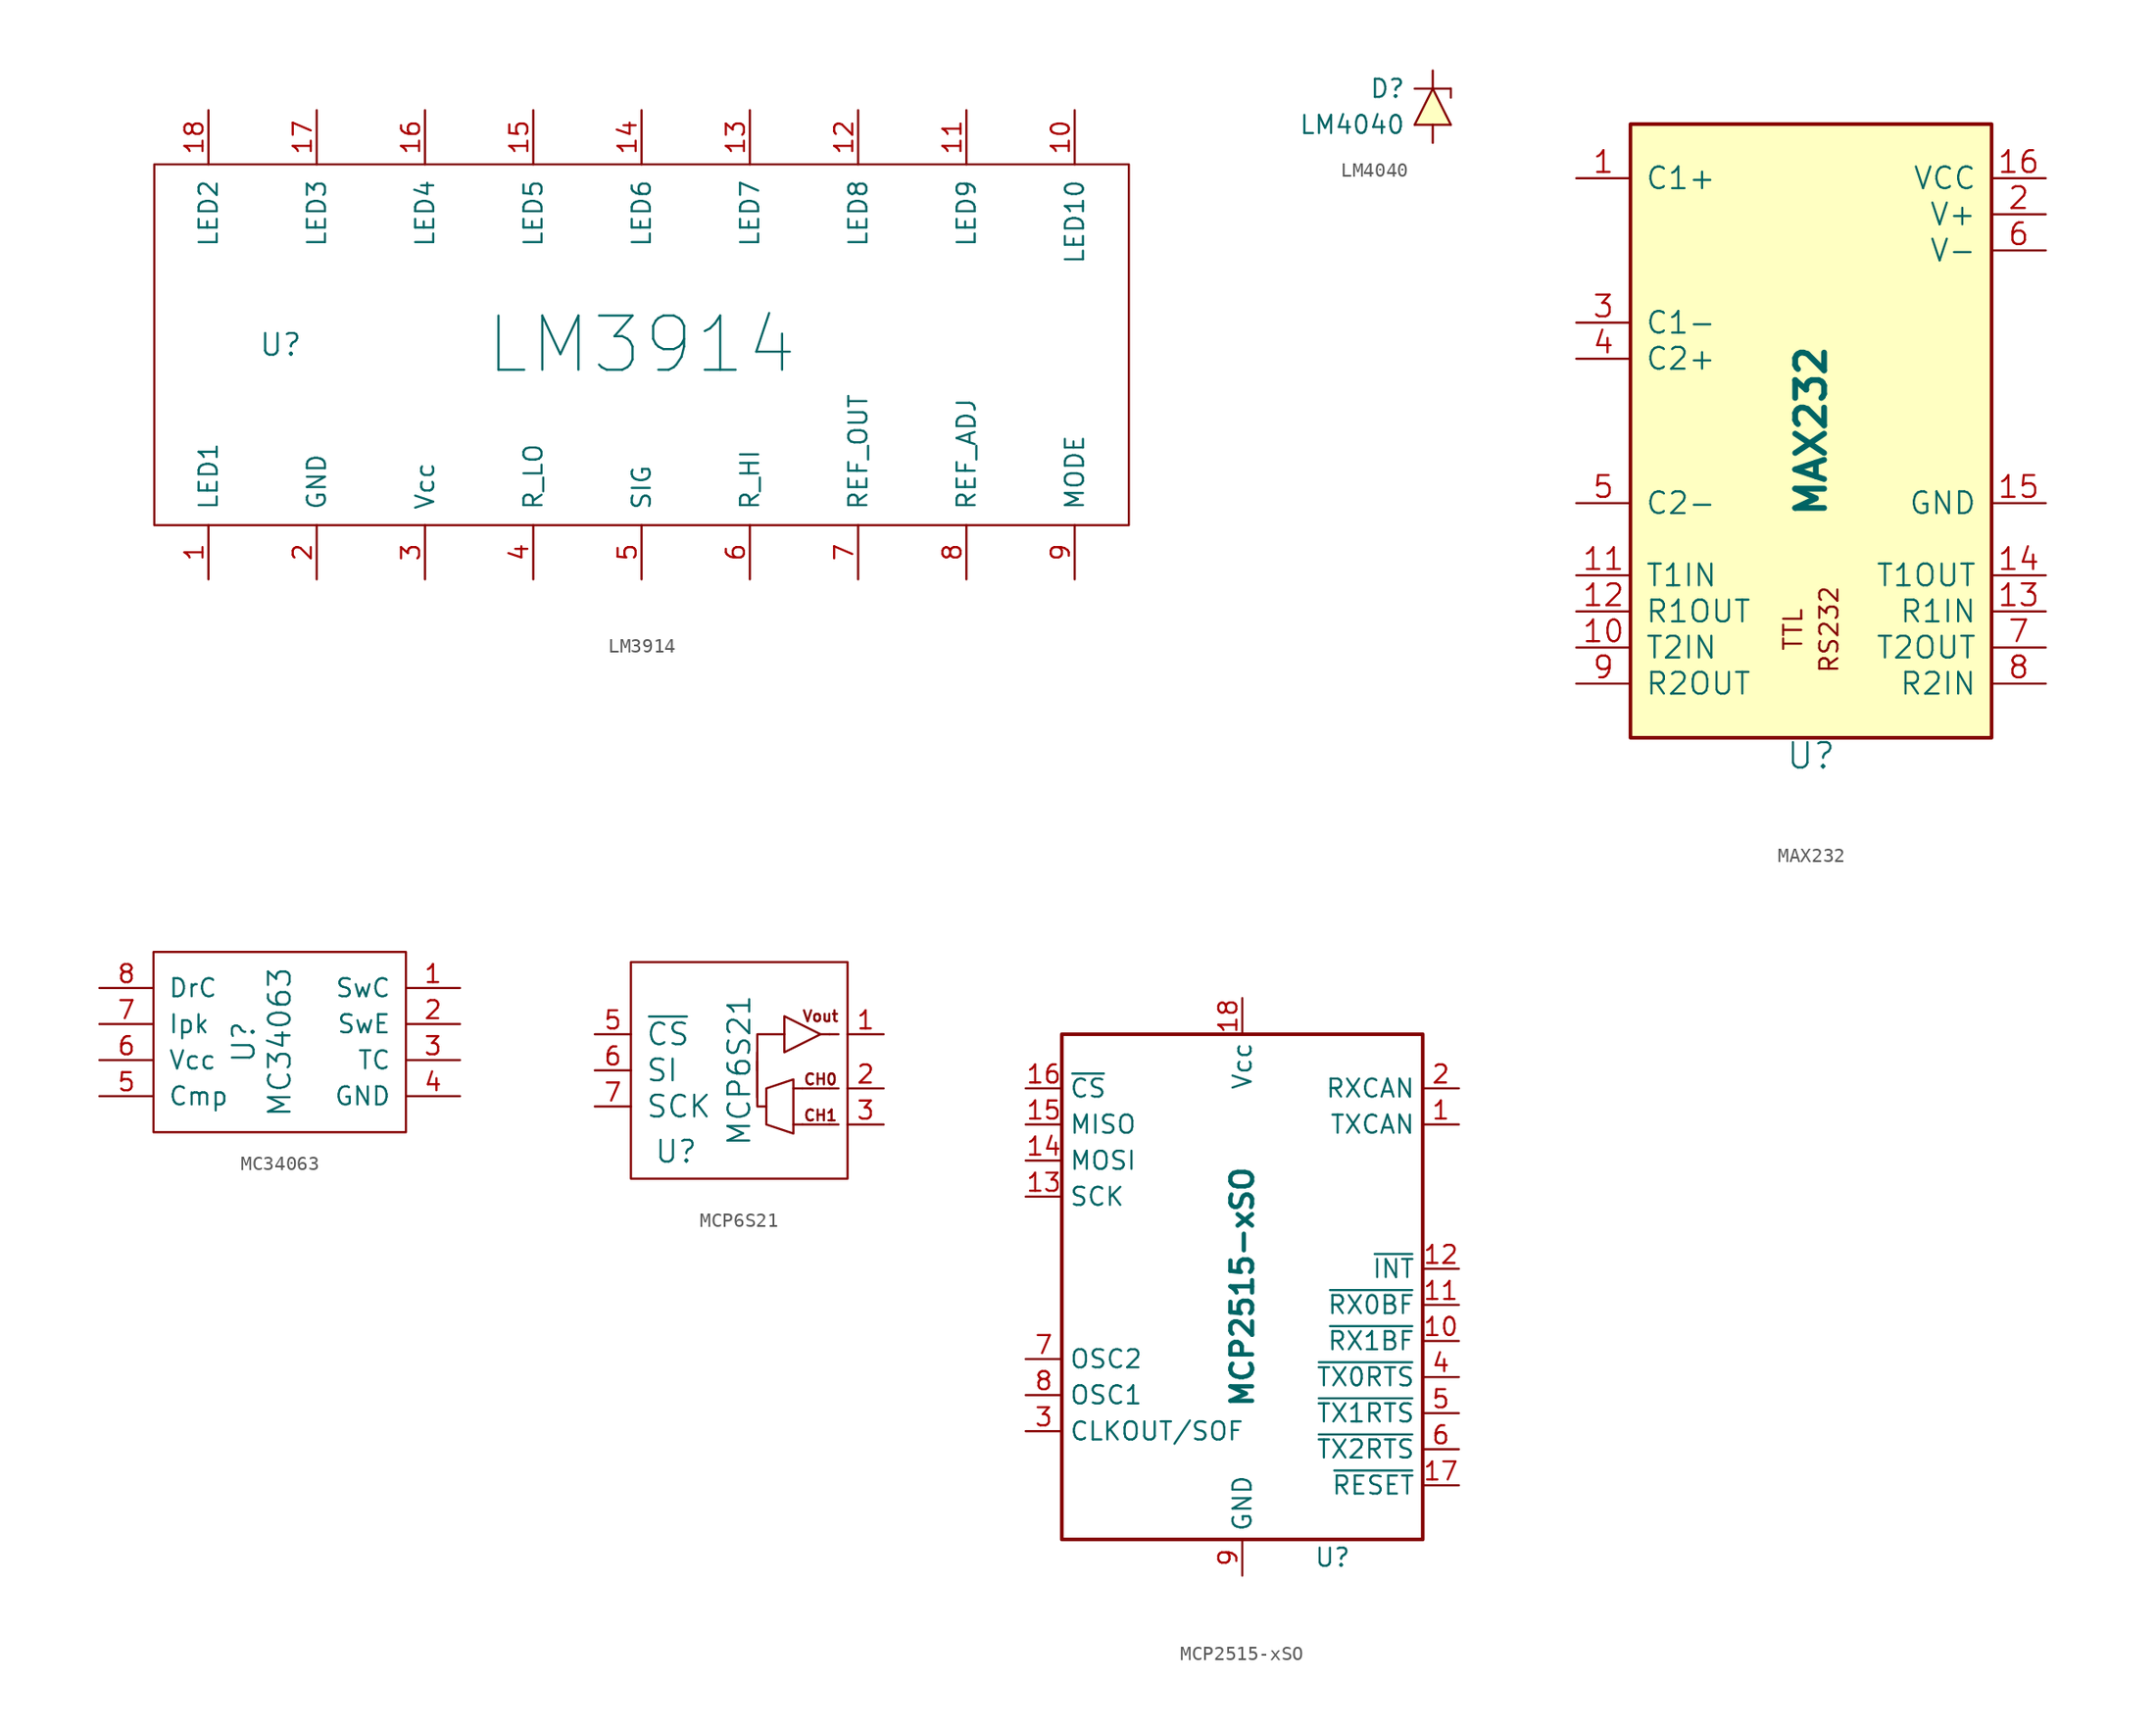
<source format=kicad_sym>
(kicad_symbol_lib
  (version 20231120)
  (generator "kicad_symbol_editor")
  (generator_version "8.0")
  (symbol "LM3914"
    (pin_names
      (offset 1.016))
    (property "Reference" "U"
      (at -25.4 0 0)
      (effects (font (size 1.524 1.524))))
    (property "Value" "LM3914"
      (at 0 0 0)
      (effects (font (size 3.81 3.81))))
    (property "Footprint" ""
      (at 0 0 0)
      (effects (font (size 1.524 1.524))))
    (property "Datasheet" ""
      (at 0 0 0)
      (effects (font (size 1.524 1.524))))
    (symbol "LM3914_0_1"
      (rectangle (start -34.29 12.7) (end 34.29 -12.7) (stroke (width 0) (type default)) (fill (type none))))
    (symbol "LM3914_1_1"
      (pin passive line (at -30.48 -16.51 90) (length 3.81) (name "LED1" (effects (font (size 1.27 1.27)))) (number "1" (effects (font (size 1.27 1.27)))))
      (pin passive line (at 30.48 16.51 270) (length 3.81) (name "LED10" (effects (font (size 1.27 1.27)))) (number "10" (effects (font (size 1.27 1.27)))))
      (pin passive line (at 22.86 16.51 270) (length 3.81) (name "LED9" (effects (font (size 1.27 1.27)))) (number "11" (effects (font (size 1.27 1.27)))))
      (pin passive line (at 15.24 16.51 270) (length 3.81) (name "LED8" (effects (font (size 1.27 1.27)))) (number "12" (effects (font (size 1.27 1.27)))))
      (pin passive line (at 7.62 16.51 270) (length 3.81) (name "LED7" (effects (font (size 1.27 1.27)))) (number "13" (effects (font (size 1.27 1.27)))))
      (pin passive line (at 0 16.51 270) (length 3.81) (name "LED6" (effects (font (size 1.27 1.27)))) (number "14" (effects (font (size 1.27 1.27)))))
      (pin passive line (at -7.62 16.51 270) (length 3.81) (name "LED5" (effects (font (size 1.27 1.27)))) (number "15" (effects (font (size 1.27 1.27)))))
      (pin passive line (at -15.24 16.51 270) (length 3.81) (name "LED4" (effects (font (size 1.27 1.27)))) (number "16" (effects (font (size 1.27 1.27)))))
      (pin passive line (at -22.86 16.51 270) (length 3.81) (name "LED3" (effects (font (size 1.27 1.27)))) (number "17" (effects (font (size 1.27 1.27)))))
      (pin passive line (at -30.48 16.51 270) (length 3.81) (name "LED2" (effects (font (size 1.27 1.27)))) (number "18" (effects (font (size 1.27 1.27)))))
      (pin power_in line (at -22.86 -16.51 90) (length 3.81) (name "GND" (effects (font (size 1.27 1.27)))) (number "2" (effects (font (size 1.27 1.27)))))
      (pin power_in line (at -15.24 -16.51 90) (length 3.81) (name "Vcc" (effects (font (size 1.27 1.27)))) (number "3" (effects (font (size 1.27 1.27)))))
      (pin passive line (at -7.62 -16.51 90) (length 3.81) (name "R_LO" (effects (font (size 1.27 1.27)))) (number "4" (effects (font (size 1.27 1.27)))))
      (pin passive line (at 0 -16.51 90) (length 3.81) (name "SIG" (effects (font (size 1.27 1.27)))) (number "5" (effects (font (size 1.27 1.27)))))
      (pin passive line (at 7.62 -16.51 90) (length 3.81) (name "R_HI" (effects (font (size 1.27 1.27)))) (number "6" (effects (font (size 1.27 1.27)))))
      (pin passive line (at 15.24 -16.51 90) (length 3.81) (name "REF_OUT" (effects (font (size 1.27 1.27)))) (number "7" (effects (font (size 1.27 1.27)))))
      (pin passive line (at 22.86 -16.51 90) (length 3.81) (name "REF_ADJ" (effects (font (size 1.27 1.27)))) (number "8" (effects (font (size 1.27 1.27)))))
      (pin passive line (at 30.48 -16.51 90) (length 3.81) (name "MODE" (effects (font (size 1.27 1.27)))) (number "9" (effects (font (size 1.27 1.27)))))))
  (symbol "LM4040"
    (pin_numbers hide)
    (pin_names
      (offset 1.016) hide)
    (property "Reference" "D"
      (at -1.905 1.27 0)
      (effects (font (size 1.27 1.27)) (justify right)))
    (property "Value" "LM4040"
      (at -1.905 -1.27 0)
      (effects (font (size 1.27 1.27)) (justify right)))
    (property "Datasheet" ""
      (at 0 0 90)
      (effects (font (size 1.524 1.524))))
    (symbol "LM4040_0_1"
      (polyline (pts (xy -1.27 1.27) (xy 1.27 1.27)) (stroke (width 0) (type default)) (fill (type none)))
      (polyline (pts (xy -1.27 -1.27) (xy 0 1.27) (xy 1.27 -1.27)) (stroke (width 0) (type default)) (fill (type background)))
      (polyline (pts (xy -1.27 -1.27) (xy 1.27 -1.27) (xy 1.27 -1.27)) (stroke (width 0) (type default)) (fill (type none)))
      (polyline (pts (xy 1.27 1.27) (xy 1.27 0.635) (xy 1.27 0.635)) (stroke (width 0) (type default)) (fill (type none))))
    (symbol "LM4040_1_1"
      (pin passive line (at 0 2.54 270) (length 1.27) (name "+" (effects (font (size 1.016 1.016)))) (number "1" (effects (font (size 1.016 1.016)))))
      (pin passive line (at 0 -2.54 90) (length 1.27) (name "-" (effects (font (size 1.016 1.016)))) (number "3" (effects (font (size 1.016 1.016)))))))
  (symbol "MAX232"
    (pin_names
      (offset 1.016))
    (property "Reference" "U"
      (at 0 -22.86 0)
      (effects (font (size 1.778 1.778))))
    (property "Value" "MAX232"
      (at 0 0 90)
      (effects (font (size 2.032 2.032) (bold yes))))
    (property "Datasheet" ""
      (at 0 0 0)
      (effects (font (size 1.524 1.524))))
    (symbol "MAX232_0_0"
      (text "RS232" (at 1.27 -13.97 900) (effects (font (size 1.27 1.27))))
      (text "TTL" (at -1.27 -13.97 900) (effects (font (size 1.27 1.27)))))
    (symbol "MAX232_0_1"
      (rectangle (start -12.7 21.59) (end 12.7 -21.59) (stroke (width 0.254) (type default)) (fill (type background))))
    (symbol "MAX232_1_1"
      (pin passive line (at -16.51 17.78 0) (length 3.81) (name "C1+" (effects (font (size 1.524 1.524)))) (number "1" (effects (font (size 1.524 1.524)))))
      (pin input line (at -16.51 -15.24 0) (length 3.81) (name "T2IN" (effects (font (size 1.524 1.524)))) (number "10" (effects (font (size 1.524 1.524)))))
      (pin input line (at -16.51 -10.16 0) (length 3.81) (name "T1IN" (effects (font (size 1.524 1.524)))) (number "11" (effects (font (size 1.524 1.524)))))
      (pin output line (at -16.51 -12.7 0) (length 3.81) (name "R1OUT" (effects (font (size 1.524 1.524)))) (number "12" (effects (font (size 1.524 1.524)))))
      (pin input line (at 16.51 -12.7 180) (length 3.81) (name "R1IN" (effects (font (size 1.524 1.524)))) (number "13" (effects (font (size 1.524 1.524)))))
      (pin output line (at 16.51 -10.16 180) (length 3.81) (name "T1OUT" (effects (font (size 1.524 1.524)))) (number "14" (effects (font (size 1.524 1.524)))))
      (pin passive line (at 16.51 -5.08 180) (length 3.81) (name "GND" (effects (font (size 1.524 1.524)))) (number "15" (effects (font (size 1.524 1.524)))))
      (pin passive line (at 16.51 17.78 180) (length 3.81) (name "VCC" (effects (font (size 1.524 1.524)))) (number "16" (effects (font (size 1.524 1.524)))))
      (pin passive line (at 16.51 15.24 180) (length 3.81) (name "V+" (effects (font (size 1.524 1.524)))) (number "2" (effects (font (size 1.524 1.524)))))
      (pin passive line (at -16.51 7.62 0) (length 3.81) (name "C1-" (effects (font (size 1.524 1.524)))) (number "3" (effects (font (size 1.524 1.524)))))
      (pin passive line (at -16.51 5.08 0) (length 3.81) (name "C2+" (effects (font (size 1.524 1.524)))) (number "4" (effects (font (size 1.524 1.524)))))
      (pin passive line (at -16.51 -5.08 0) (length 3.81) (name "C2-" (effects (font (size 1.524 1.524)))) (number "5" (effects (font (size 1.524 1.524)))))
      (pin passive line (at 16.51 12.7 180) (length 3.81) (name "V-" (effects (font (size 1.524 1.524)))) (number "6" (effects (font (size 1.524 1.524)))))
      (pin output line (at 16.51 -15.24 180) (length 3.81) (name "T2OUT" (effects (font (size 1.524 1.524)))) (number "7" (effects (font (size 1.524 1.524)))))
      (pin input line (at 16.51 -17.78 180) (length 3.81) (name "R2IN" (effects (font (size 1.524 1.524)))) (number "8" (effects (font (size 1.524 1.524)))))
      (pin output line (at -16.51 -17.78 0) (length 3.81) (name "R2OUT" (effects (font (size 1.524 1.524)))) (number "9" (effects (font (size 1.524 1.524)))))))
  (symbol "MC34063"
    (pin_names
      (offset 1.016))
    (property "Reference" "U"
      (at -2.54 0 90)
      (effects (font (size 1.524 1.524))))
    (property "Value" "MC34063"
      (at 0 0 90)
      (effects (font (size 1.524 1.524))))
    (property "Footprint" ""
      (at 0 0 0)
      (effects (font (size 1.524 1.524))))
    (property "Datasheet" ""
      (at 0 0 0)
      (effects (font (size 1.524 1.524))))
    (symbol "MC34063_0_1"
      (rectangle (start -8.89 6.35) (end 8.89 -6.35) (stroke (width 0) (type default)) (fill (type none))))
    (symbol "MC34063_1_1"
      (pin passive line (at 12.7 3.81 180) (length 3.81) (name "SwC" (effects (font (size 1.27 1.27)))) (number "1" (effects (font (size 1.27 1.27)))))
      (pin passive line (at 12.7 1.27 180) (length 3.81) (name "SwE" (effects (font (size 1.27 1.27)))) (number "2" (effects (font (size 1.27 1.27)))))
      (pin passive line (at 12.7 -1.27 180) (length 3.81) (name "TC" (effects (font (size 1.27 1.27)))) (number "3" (effects (font (size 1.27 1.27)))))
      (pin passive line (at 12.7 -3.81 180) (length 3.81) (name "GND" (effects (font (size 1.27 1.27)))) (number "4" (effects (font (size 1.27 1.27)))))
      (pin passive line (at -12.7 -3.81 0) (length 3.81) (name "Cmp" (effects (font (size 1.27 1.27)))) (number "5" (effects (font (size 1.27 1.27)))))
      (pin passive line (at -12.7 -1.27 0) (length 3.81) (name "Vcc" (effects (font (size 1.27 1.27)))) (number "6" (effects (font (size 1.27 1.27)))))
      (pin passive line (at -12.7 1.27 0) (length 3.81) (name "Ipk" (effects (font (size 1.27 1.27)))) (number "7" (effects (font (size 1.27 1.27)))))
      (pin passive line (at -12.7 3.81 0) (length 3.81) (name "DrC" (effects (font (size 1.27 1.27)))) (number "8" (effects (font (size 1.27 1.27)))))))
  (symbol "MCP6S21"
    (pin_names
      (offset 1.016))
    (property "Reference" "U"
      (at -4.445 -5.715 0)
      (effects (font (size 1.524 1.524))))
    (property "Value" "MCP6S21"
      (at 0 0 90)
      (effects (font (size 1.524 1.524))))
    (property "Footprint" ""
      (at 0 0 0)
      (effects (font (size 1.524 1.524))))
    (property "Datasheet" ""
      (at 0 0 0)
      (effects (font (size 1.524 1.524))))
    (symbol "MCP6S21_0_0"
      (rectangle (start -7.62 7.62) (end 7.62 -7.62) (stroke (width 0) (type default)) (fill (type none)))
      (polyline (pts (xy 1.27 0.635) (xy 1.27 0)) (stroke (width 0) (type default)) (fill (type none)))
      (polyline (pts (xy 4.445 -3.81) (xy 3.81 -3.81)) (stroke (width 0) (type default)) (fill (type none)))
      (polyline (pts (xy 4.445 -1.27) (xy 3.81 -1.27)) (stroke (width 0) (type default)) (fill (type none)))
      (polyline (pts (xy 5.715 2.54) (xy 6.35 2.54)) (stroke (width 0) (type default)) (fill (type none)))
      (polyline (pts (xy 6.35 -3.81) (xy 4.445 -3.81)) (stroke (width 0) (type default)) (fill (type none)))
      (polyline (pts (xy 6.35 -1.27) (xy 4.445 -1.27)) (stroke (width 0) (type default)) (fill (type none)))
      (polyline (pts (xy 6.35 -1.27) (xy 6.985 -1.27)) (stroke (width 0) (type default)) (fill (type none)))
      (polyline (pts (xy 6.35 2.54) (xy 6.985 2.54)) (stroke (width 0) (type default)) (fill (type none)))
      (polyline (pts (xy 6.985 -3.81) (xy 6.35 -3.81)) (stroke (width 0) (type default)) (fill (type none)))
      (polyline (pts (xy 1.27 -1.905) (xy 1.27 2.54) (xy 3.175 2.54)) (stroke (width 0) (type default)) (fill (type none)))
      (polyline (pts (xy 1.905 -2.54) (xy 1.27 -2.54) (xy 1.27 1.27)) (stroke (width 0) (type default)) (fill (type none)))
      (polyline (pts (xy 5.715 2.54) (xy 3.175 3.81) (xy 3.175 1.27) (xy 5.715 2.54)) (stroke (width 0) (type default)) (fill (type none)))
      (polyline (pts (xy 3.81 -0.635) (xy 3.81 -4.445) (xy 1.905 -3.81) (xy 1.905 -1.27) (xy 3.81 -0.635)) (stroke (width 0) (type default)) (fill (type none)))
      (text "CH0" (at 5.715 -0.635 0) (effects (font (size 0.762 0.762))))
      (text "CH1" (at 5.715 -3.175 0) (effects (font (size 0.762 0.762))))
      (text "Vout" (at 5.715 3.81 0) (effects (font (size 0.762 0.762)))))
    (symbol "MCP6S21_1_1"
      (pin passive line (at 10.16 2.54 180) (length 2.54) (name "~" (effects (font (size 1.524 1.524)))) (number "1" (effects (font (size 1.27 1.27)))))
      (pin passive line (at 10.16 -1.27 180) (length 2.54) (name "~" (effects (font (size 1.524 1.524)))) (number "2" (effects (font (size 1.27 1.27)))))
      (pin passive line (at 10.16 -3.81 180) (length 2.54) (name "~" (effects (font (size 1.524 1.524)))) (number "3" (effects (font (size 1.27 1.27)))))
      (pin power_in line (at 0 -7.62 90) (length 0) hide (name "GND" (effects (font (size 1.016 1.016)))) (number "4" (effects (font (size 1.27 1.27)))))
      (pin passive line (at -10.16 2.54 0) (length 2.54) (name "~{CS}" (effects (font (size 1.524 1.524)))) (number "5" (effects (font (size 1.27 1.27)))))
      (pin passive line (at -10.16 0 0) (length 2.54) (name "SI" (effects (font (size 1.524 1.524)))) (number "6" (effects (font (size 1.27 1.27)))))
      (pin passive line (at -10.16 -2.54 0) (length 2.54) (name "SCK" (effects (font (size 1.524 1.524)))) (number "7" (effects (font (size 1.27 1.27)))))
      (pin power_in line (at 0 7.62 270) (length 0) hide (name "Vcc" (effects (font (size 1.016 1.016)))) (number "8" (effects (font (size 1.27 1.27)))))))
  (symbol "MCP2515-xSO"
    (property "Reference" "U"
      (at 6.35 -19.05 0)
      (effects (font (size 1.27 1.27))))
    (property "Value" "MCP2515-xSO"
      (at 0 0 90)
      (effects (font (size 1.524 1.524) (bold yes))))
    (symbol "MCP2515-xSO_0_1"
      (rectangle (start -12.7 17.78) (end 12.7 -17.78) (stroke (width 0.254) (type default)) (fill (type none))))
    (symbol "MCP2515-xSO_1_1"
      (pin output line (at 15.24 11.43 180) (length 2.54) (name "TXCAN" (effects (font (size 1.27 1.27)))) (number "1" (effects (font (size 1.27 1.27)))))
      (pin output line (at 15.24 -3.81 180) (length 2.54) (name "~{RX1BF}" (effects (font (size 1.27 1.27)))) (number "10" (effects (font (size 1.27 1.27)))))
      (pin output line (at 15.24 -1.27 180) (length 2.54) (name "~{RX0BF}" (effects (font (size 1.27 1.27)))) (number "11" (effects (font (size 1.27 1.27)))))
      (pin output line (at 15.24 1.27 180) (length 2.54) (name "~{INT}" (effects (font (size 1.27 1.27)))) (number "12" (effects (font (size 1.27 1.27)))))
      (pin input line (at -15.24 6.35 0) (length 2.54) (name "SCK" (effects (font (size 1.27 1.27)))) (number "13" (effects (font (size 1.27 1.27)))))
      (pin input line (at -15.24 8.89 0) (length 2.54) (name "MOSI" (effects (font (size 1.27 1.27)))) (number "14" (effects (font (size 1.27 1.27)))))
      (pin output line (at -15.24 11.43 0) (length 2.54) (name "MISO" (effects (font (size 1.27 1.27)))) (number "15" (effects (font (size 1.27 1.27)))))
      (pin input line (at -15.24 13.97 0) (length 2.54) (name "~{CS}" (effects (font (size 1.27 1.27)))) (number "16" (effects (font (size 1.27 1.27)))))
      (pin input line (at 15.24 -13.97 180) (length 2.54) (name "~{RESET}" (effects (font (size 1.27 1.27)))) (number "17" (effects (font (size 1.27 1.27)))))
      (pin power_in line (at 0 20.32 270) (length 2.54) (name "Vcc" (effects (font (size 1.27 1.27)))) (number "18" (effects (font (size 1.27 1.27)))))
      (pin input line (at 15.24 13.97 180) (length 2.54) (name "RXCAN" (effects (font (size 1.27 1.27)))) (number "2" (effects (font (size 1.27 1.27)))))
      (pin output line (at -15.24 -10.16 0) (length 2.54) (name "CLKOUT/SOF" (effects (font (size 1.27 1.27)))) (number "3" (effects (font (size 1.27 1.27)))))
      (pin input line (at 15.24 -6.35 180) (length 2.54) (name "~{TX0RTS}" (effects (font (size 1.27 1.27)))) (number "4" (effects (font (size 1.27 1.27)))))
      (pin input line (at 15.24 -8.89 180) (length 2.54) (name "~{TX1RTS}" (effects (font (size 1.27 1.27)))) (number "5" (effects (font (size 1.27 1.27)))))
      (pin input line (at 15.24 -11.43 180) (length 2.54) (name "~{TX2RTS}" (effects (font (size 1.27 1.27)))) (number "6" (effects (font (size 1.27 1.27)))))
      (pin output line (at -15.24 -5.08 0) (length 2.54) (name "OSC2" (effects (font (size 1.27 1.27)))) (number "7" (effects (font (size 1.27 1.27)))))
      (pin input line (at -15.24 -7.62 0) (length 2.54) (name "OSC1" (effects (font (size 1.27 1.27)))) (number "8" (effects (font (size 1.27 1.27)))))
      (pin power_in line (at 0 -20.32 90) (length 2.54) (name "GND" (effects (font (size 1.27 1.27)))) (number "9" (effects (font (size 1.27 1.27))))))))
</source>
